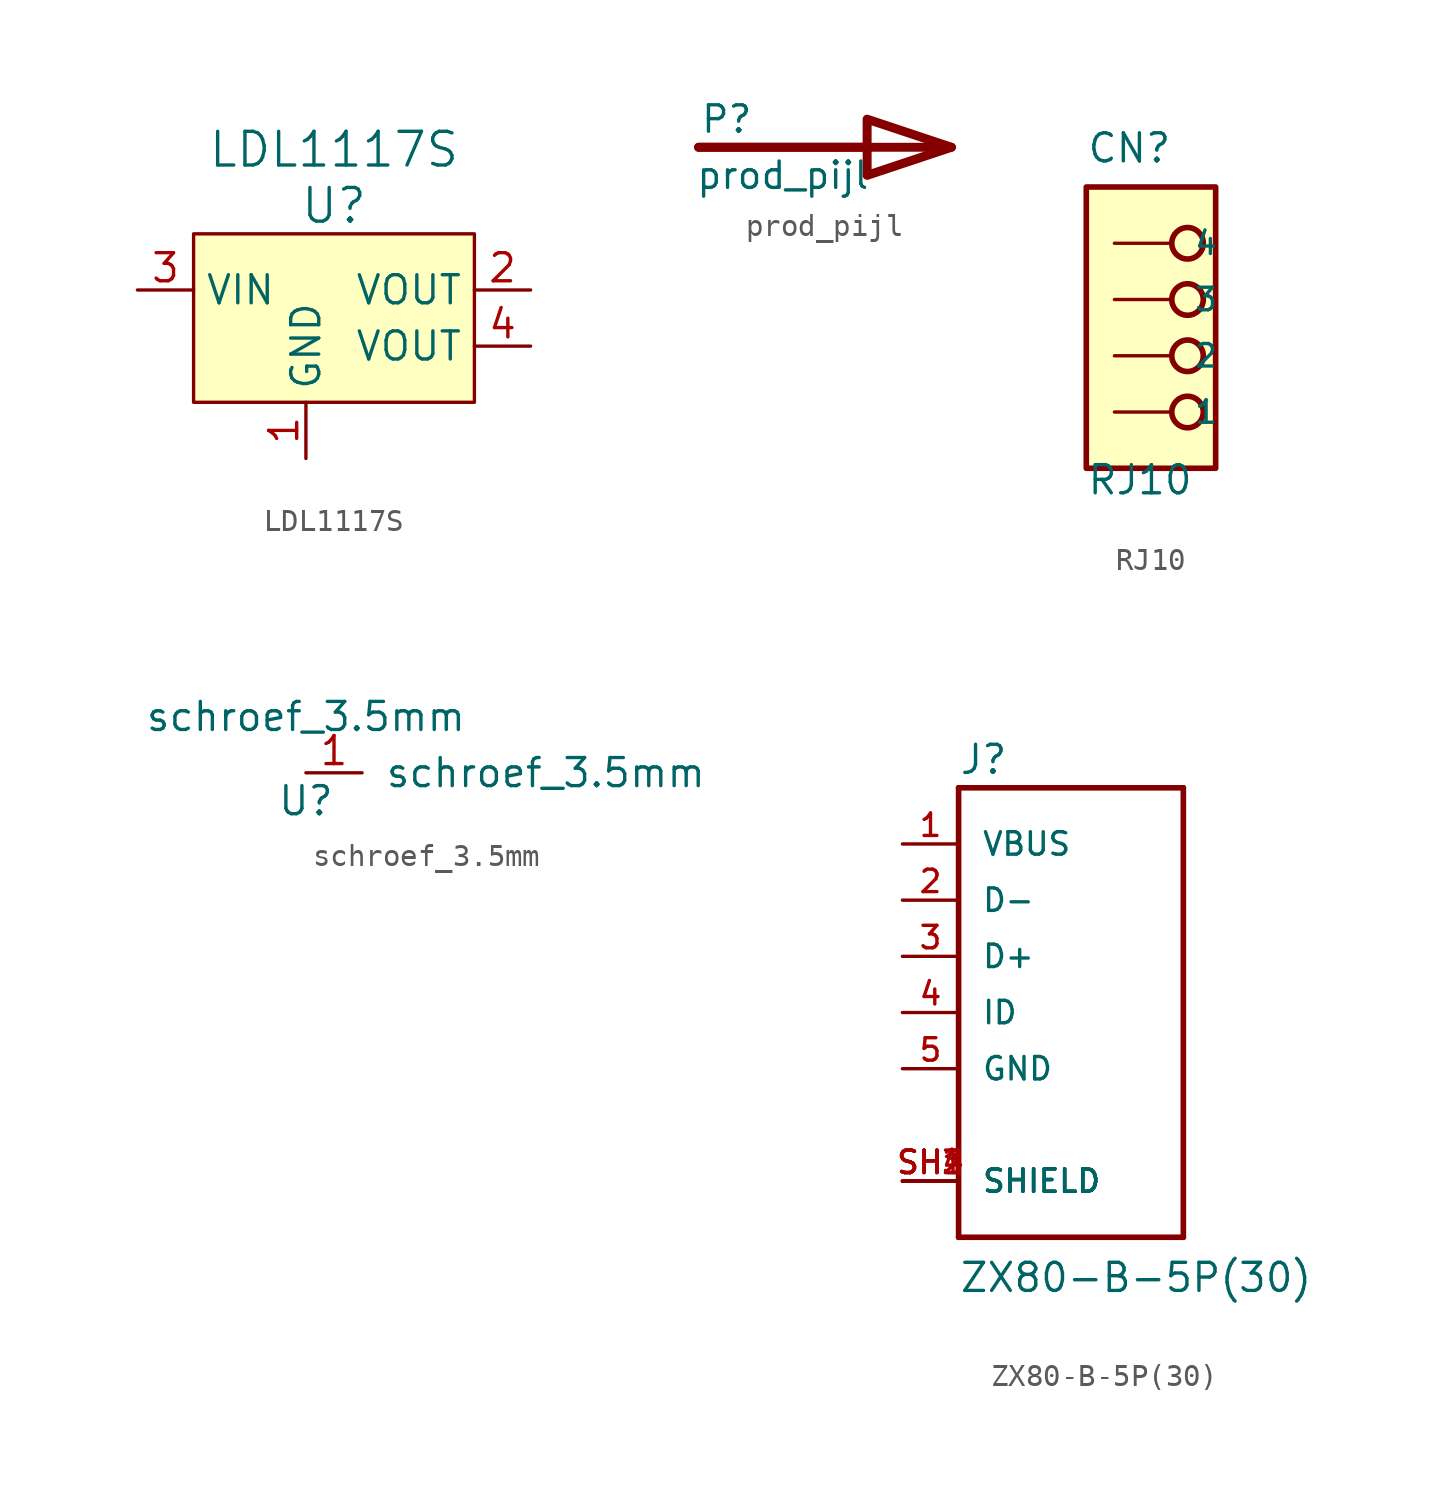
<source format=kicad_sym>
(kicad_symbol_lib
  (version 20211014)
  (generator kicad_symbol_editor)
  (symbol "LDL1117S"
    (property "Reference" "U"
      (at 1.27 3.81 0)
      (effects (font (size 1.524 1.524))))
    (property "Value" "LDL1117S"
      (at 1.27 6.35 0)
      (effects (font (size 1.524 1.524))))
    (symbol "LDL1117S_1_1"
      (rectangle (start -5.08 2.54) (end 7.62 -5.08) (stroke (width 0) (type default) (color 0 0 0 0)) (fill (type background)))
      (pin power_in line (at 0 -7.62 90) (length 2.54) (name "GND" (effects (font (size 1.27 1.27)))) (number "1" (effects (font (size 1.27 1.27)))))
      (pin power_out line (at 10.16 0 180) (length 2.54) (name "VOUT" (effects (font (size 1.27 1.27)))) (number "2" (effects (font (size 1.27 1.27)))))
      (pin power_in line (at -7.62 0 0) (length 2.54) (name "VIN" (effects (font (size 1.27 1.27)))) (number "3" (effects (font (size 1.27 1.27)))))
      (pin power_out line (at 10.16 -2.54 180) (length 2.54) (name "VOUT" (effects (font (size 1.27 1.27)))) (number "4" (effects (font (size 1.27 1.27)))))))
  (symbol "prod_pijl"
    (pin_numbers hide)
    (pin_names
      (offset 0) hide)
    (property "Reference" "P"
      (at -2.54 1.27 0)
      (effects (font (size 1.194 1.194))))
    (property "Value" "prod_pijl"
      (at 0 -1.27 0)
      (effects (font (size 1.194 1.194))))
    (symbol "prod_pijl_0_1"
      (polyline (pts (xy -3.81 0) (xy 3.81 0)) (stroke (width 0.406) (type default) (color 0 0 0 0)) (fill (type none)))
      (polyline (pts (xy 7.62 0) (xy -3.81 0)) (stroke (width 0.406) (type default) (color 0 0 0 0)) (fill (type none)))
      (polyline (pts (xy 3.81 1.27) (xy 3.81 -1.27) (xy 7.62 0) (xy 3.81 1.27)) (stroke (width 0.406) (type default) (color 0 0 0 0)) (fill (type none)))))
  (symbol "RJ10"
    (pin_numbers hide)
    (pin_names
      (offset 1.016))
    (property "Reference" "CN"
      (at -3.81 8.636 0)
      (effects (font (size 1.27 1.27)) (justify left bottom)))
    (property "Value" "RJ10"
      (at -3.81 -6.35 0)
      (effects (font (size 1.27 1.27)) (justify left bottom)))
    (property "ki_locked" ""
      (at 0 0 0)
      (effects (font (size 1.27 1.27))))
    (symbol "RJ10_0_0"
      (rectangle (start -3.81 -5.08) (end 2.032 7.62) (stroke (width 0.254) (type default) (color 0 0 0 0)) (fill (type background)))
      (circle (center 0.762 -2.54) (radius 0.711) (stroke (width 0.254) (type default) (color 0 0 0 0)) (fill (type none)))
      (circle (center 0.762 0) (radius 0.711) (stroke (width 0.254) (type default) (color 0 0 0 0)) (fill (type none)))
      (circle (center 0.762 2.54) (radius 0.711) (stroke (width 0.254) (type default) (color 0 0 0 0)) (fill (type none)))
      (circle (center 0.762 5.08) (radius 0.711) (stroke (width 0.254) (type default) (color 0 0 0 0)) (fill (type none)))
      (pin power_in line (at -2.54 -2.54 0) (length 2.54) (name "1" (effects (font (size 1.016 1.016)))) (number "1" (effects (font (size 1.016 1.016)))))
      (pin power_in line (at -2.54 0 0) (length 2.54) (name "2" (effects (font (size 1.016 1.016)))) (number "2" (effects (font (size 1.016 1.016)))))
      (pin bidirectional line (at -2.54 2.54 0) (length 2.54) (name "3" (effects (font (size 1.016 1.016)))) (number "3" (effects (font (size 1.016 1.016)))))
      (pin bidirectional line (at -2.54 5.08 0) (length 2.54) (name "4" (effects (font (size 1.016 1.016)))) (number "4" (effects (font (size 1.016 1.016)))))))
  (symbol "schroef_3.5mm"
    (pin_names
      (offset 1.016))
    (property "Reference" "U"
      (at 0 -1.27 0)
      (effects (font (size 1.27 1.27))))
    (property "Value" "schroef_3.5mm"
      (at 0 2.54 0)
      (effects (font (size 1.27 1.27))))
    (symbol "schroef_3.5mm_1_1"
      (pin power_in line (at 0 0 0) (length 2.54) (name "schroef_3.5mm" (effects (font (size 1.27 1.27)))) (number "1" (effects (font (size 1.27 1.27)))))))
  (symbol "ZX80-B-5P(30)"
    (pin_names
      (offset 1.016))
    (property "Reference" "J"
      (at -5.08 10.693 0)
      (effects (font (size 1.27 1.27)) (justify left bottom)))
    (property "Value" "ZX80-B-5P(30)"
      (at -5.08 -12.725 0)
      (effects (font (size 1.27 1.27)) (justify left bottom)))
    (property "ki_locked" ""
      (at 0 0 0)
      (effects (font (size 1.27 1.27))))
    (symbol "ZX80-B-5P(30)_0_0"
      (polyline (pts (xy -5.08 -10.16) (xy -5.08 10.16)) (stroke (width 0.254) (type default) (color 0 0 0 0)) (fill (type none)))
      (polyline (pts (xy -5.08 10.16) (xy 5.08 10.16)) (stroke (width 0.254) (type default) (color 0 0 0 0)) (fill (type none)))
      (polyline (pts (xy 5.08 -10.16) (xy -5.08 -10.16)) (stroke (width 0.254) (type default) (color 0 0 0 0)) (fill (type none)))
      (polyline (pts (xy 5.08 10.16) (xy 5.08 -10.16)) (stroke (width 0.254) (type default) (color 0 0 0 0)) (fill (type none)))
      (pin power_in line (at -7.62 7.62 0) (length 2.54) (name "VBUS" (effects (font (size 1.016 1.016)))) (number "1" (effects (font (size 1.016 1.016)))))
      (pin bidirectional line (at -7.62 5.08 0) (length 2.54) (name "D-" (effects (font (size 1.016 1.016)))) (number "2" (effects (font (size 1.016 1.016)))))
      (pin bidirectional line (at -7.62 2.54 0) (length 2.54) (name "D+" (effects (font (size 1.016 1.016)))) (number "3" (effects (font (size 1.016 1.016)))))
      (pin bidirectional line (at -7.62 0 0) (length 2.54) (name "ID" (effects (font (size 1.016 1.016)))) (number "4" (effects (font (size 1.016 1.016)))))
      (pin power_in line (at -7.62 -2.54 0) (length 2.54) (name "GND" (effects (font (size 1.016 1.016)))) (number "5" (effects (font (size 1.016 1.016)))))
      (pin passive line (at -7.62 -7.62 0) (length 2.54) (name "SHIELD" (effects (font (size 1.016 1.016)))) (number "SH1" (effects (font (size 1.016 1.016)))))
      (pin passive line (at -7.62 -7.62 0) (length 2.54) (name "SHIELD" (effects (font (size 1.016 1.016)))) (number "SH2" (effects (font (size 1.016 1.016)))))
      (pin passive line (at -7.62 -7.62 0) (length 2.54) (name "SHIELD" (effects (font (size 1.016 1.016)))) (number "SH3" (effects (font (size 1.016 1.016)))))
      (pin passive line (at -7.62 -7.62 0) (length 2.54) (name "SHIELD" (effects (font (size 1.016 1.016)))) (number "SH4" (effects (font (size 1.016 1.016))))))))
</source>
